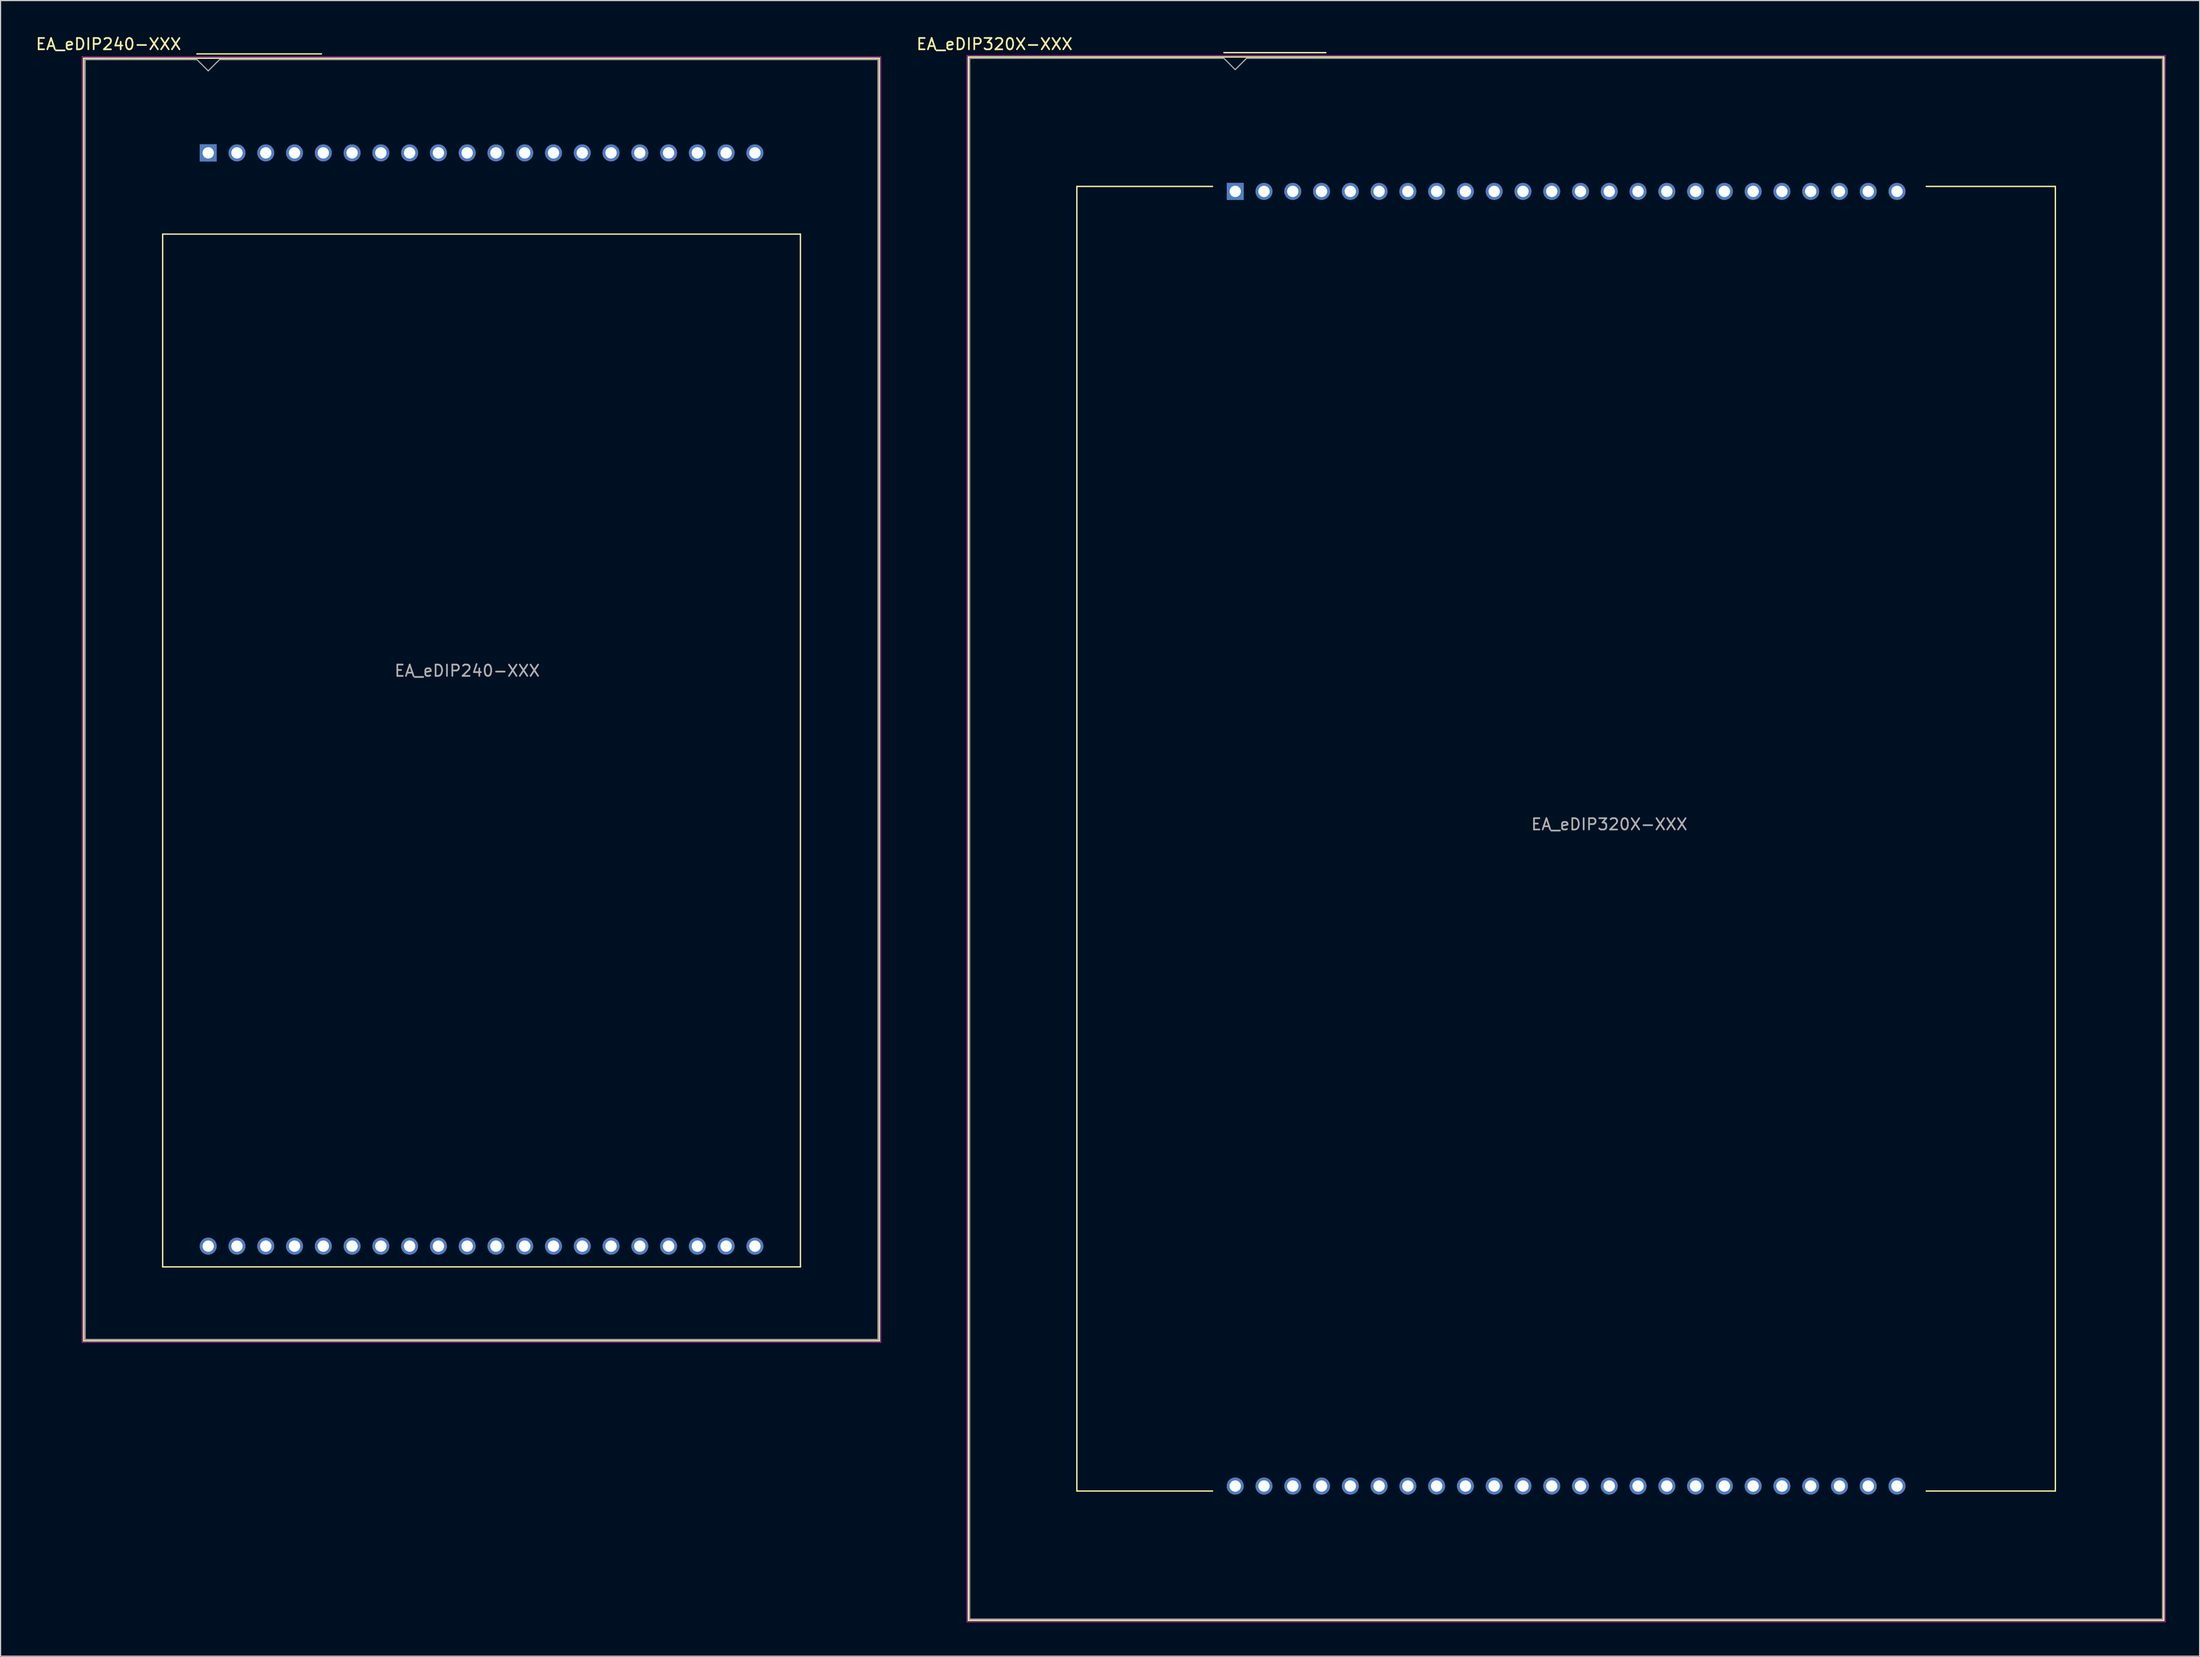
<source format=kicad_pcb>
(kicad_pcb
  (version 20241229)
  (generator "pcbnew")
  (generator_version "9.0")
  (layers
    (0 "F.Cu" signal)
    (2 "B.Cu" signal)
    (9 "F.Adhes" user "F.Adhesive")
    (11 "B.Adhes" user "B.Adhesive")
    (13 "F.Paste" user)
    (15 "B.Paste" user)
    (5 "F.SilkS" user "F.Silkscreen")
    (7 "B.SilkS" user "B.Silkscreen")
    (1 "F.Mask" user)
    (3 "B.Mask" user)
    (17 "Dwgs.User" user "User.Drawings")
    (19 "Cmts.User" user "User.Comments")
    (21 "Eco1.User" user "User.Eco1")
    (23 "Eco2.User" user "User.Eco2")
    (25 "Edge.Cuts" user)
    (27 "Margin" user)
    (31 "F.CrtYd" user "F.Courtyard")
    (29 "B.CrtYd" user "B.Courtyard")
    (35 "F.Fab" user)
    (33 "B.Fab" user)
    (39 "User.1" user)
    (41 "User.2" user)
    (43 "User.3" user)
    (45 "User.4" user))
  (footprint "EA_eDIP320X-XXX"
    (layer "F.Cu")
    (at 105.991 13.848)
    (property "Reference" "EA_eDIP320X-XXX" (at -21.25 -13 0) (layer "F.SilkS") (effects (font (size 1 1) (thickness 0.15))))
    (attr through_hole)
    (fp_line (start -23.56 -11.87) (end 81.98 -11.87) (stroke (width 0.12) (type solid)) (layer "F.SilkS"))
    (fp_line (start -23.56 126.17) (end -23.56 -11.87) (stroke (width 0.12) (type solid)) (layer "F.SilkS"))
    (fp_line (start -13.98 -0.44) (end -2 -0.44) (stroke (width 0.12) (type solid)) (layer "F.SilkS"))
    (fp_line (start -13.98 114.74) (end -13.98 -0.44) (stroke (width 0.12) (type solid)) (layer "F.SilkS"))
    (fp_line (start -13.98 114.74) (end -2 114.74) (stroke (width 0.12) (type solid)) (layer "F.SilkS"))
    (fp_line (start -1 -12.25) (end 8 -12.25) (stroke (width 0.12) (type solid)) (layer "F.SilkS"))
    (fp_line (start 61 -0.44) (end 72.4 -0.44) (stroke (width 0.12) (type solid)) (layer "F.SilkS"))
    (fp_line (start 72.4 -0.44) (end 72.4 114.74) (stroke (width 0.12) (type solid)) (layer "F.SilkS"))
    (fp_line (start 72.4 114.74) (end 61 114.74) (stroke (width 0.12) (type solid)) (layer "F.SilkS"))
    (fp_line (start 81.98 -11.87) (end 81.98 126.17) (stroke (width 0.12) (type solid)) (layer "F.SilkS"))
    (fp_line (start 81.98 126.17) (end -23.56 126.17) (stroke (width 0.12) (type solid)) (layer "F.SilkS"))
    (fp_line (start -23.69 -12) (end 82.11 -12) (stroke (width 0.05) (type solid)) (layer "F.CrtYd"))
    (fp_line (start -23.69 126.3) (end -23.69 -12) (stroke (width 0.05) (type solid)) (layer "F.CrtYd"))
    (fp_line (start 82.11 -12) (end 82.11 126.3) (stroke (width 0.05) (type solid)) (layer "F.CrtYd"))
    (fp_line (start 82.11 126.3) (end -23.69 126.3) (stroke (width 0.05) (type solid)) (layer "F.CrtYd"))
    (fp_line (start -23.44 126.05) (end -23.44 -11.75) (stroke (width 0.1) (type solid)) (layer "F.Fab"))
    (fp_line (start -1 -11.75) (end -23.44 -11.75) (stroke (width 0.1) (type solid)) (layer "F.Fab"))
    (fp_line (start 0 -10.75) (end -1 -11.75) (stroke (width 0.1) (type solid)) (layer "F.Fab"))
    (fp_line (start 1 -11.75) (end 0 -10.75) (stroke (width 0.1) (type solid)) (layer "F.Fab"))
    (fp_line (start 1 -11.75) (end 81.86 -11.75) (stroke (width 0.1) (type solid)) (layer "F.Fab"))
    (fp_line (start 81.86 -11.75) (end 81.86 126.05) (stroke (width 0.1) (type solid)) (layer "F.Fab"))
    (fp_line (start 81.86 126.05) (end -23.44 126.05) (stroke (width 0.1) (type solid)) (layer "F.Fab"))
    (fp_text user "${REFERENCE}" (at 33.02 55.88 0) (layer "F.Fab") (effects (font (size 1 1) (thickness 0.15))))
    (pad "1" thru_hole rect (at 0 0) (size 1.5 1.5) (drill 1) (layers "*.Cu" "*.Mask"))
    (pad "2" thru_hole circle (at 2.54 0) (size 1.5 1.5) (drill 1) (layers "*.Cu" "*.Mask"))
    (pad "3" thru_hole circle (at 5.08 0) (size 1.5 1.5) (drill 1) (layers "*.Cu" "*.Mask"))
    (pad "4" thru_hole circle (at 7.62 0) (size 1.5 1.5) (drill 1) (layers "*.Cu" "*.Mask"))
    (pad "5" thru_hole circle (at 10.16 0) (size 1.5 1.5) (drill 1) (layers "*.Cu" "*.Mask"))
    (pad "6" thru_hole circle (at 12.7 0) (size 1.5 1.5) (drill 1) (layers "*.Cu" "*.Mask"))
    (pad "7" thru_hole circle (at 15.24 0) (size 1.5 1.5) (drill 1) (layers "*.Cu" "*.Mask"))
    (pad "8" thru_hole circle (at 17.78 0) (size 1.5 1.5) (drill 1) (layers "*.Cu" "*.Mask"))
    (pad "9" thru_hole circle (at 20.32 0) (size 1.5 1.5) (drill 1) (layers "*.Cu" "*.Mask"))
    (pad "10" thru_hole circle (at 22.86 0) (size 1.5 1.5) (drill 1) (layers "*.Cu" "*.Mask"))
    (pad "11" thru_hole circle (at 25.4 0) (size 1.5 1.5) (drill 1) (layers "*.Cu" "*.Mask"))
    (pad "12" thru_hole circle (at 27.94 0) (size 1.5 1.5) (drill 1) (layers "*.Cu" "*.Mask"))
    (pad "13" thru_hole circle (at 30.48 0) (size 1.5 1.5) (drill 1) (layers "*.Cu" "*.Mask"))
    (pad "14" thru_hole circle (at 33.02 0) (size 1.5 1.5) (drill 1) (layers "*.Cu" "*.Mask"))
    (pad "15" thru_hole circle (at 35.56 0) (size 1.5 1.5) (drill 1) (layers "*.Cu" "*.Mask"))
    (pad "16" thru_hole circle (at 38.1 0) (size 1.5 1.5) (drill 1) (layers "*.Cu" "*.Mask"))
    (pad "17" thru_hole circle (at 40.64 0) (size 1.5 1.5) (drill 1) (layers "*.Cu" "*.Mask"))
    (pad "18" thru_hole circle (at 43.18 0) (size 1.5 1.5) (drill 1) (layers "*.Cu" "*.Mask"))
    (pad "19" thru_hole circle (at 45.72 0) (size 1.5 1.5) (drill 1) (layers "*.Cu" "*.Mask"))
    (pad "20" thru_hole circle (at 48.26 0) (size 1.5 1.5) (drill 1) (layers "*.Cu" "*.Mask"))
    (pad "21" thru_hole circle (at 50.8 0) (size 1.5 1.5) (drill 1) (layers "*.Cu" "*.Mask"))
    (pad "22" thru_hole circle (at 53.34 0) (size 1.5 1.5) (drill 1) (layers "*.Cu" "*.Mask"))
    (pad "23" thru_hole circle (at 55.88 0) (size 1.5 1.5) (drill 1) (layers "*.Cu" "*.Mask"))
    (pad "24" thru_hole circle (at 58.42 0) (size 1.5 1.5) (drill 1) (layers "*.Cu" "*.Mask"))
    (pad "25" thru_hole circle (at 58.42 114.3) (size 1.5 1.5) (drill 1) (layers "*.Cu" "*.Mask"))
    (pad "26" thru_hole circle (at 55.88 114.3) (size 1.5 1.5) (drill 1) (layers "*.Cu" "*.Mask"))
    (pad "27" thru_hole circle (at 53.34 114.3) (size 1.5 1.5) (drill 1) (layers "*.Cu" "*.Mask"))
    (pad "28" thru_hole circle (at 50.8 114.3) (size 1.5 1.5) (drill 1) (layers "*.Cu" "*.Mask"))
    (pad "29" thru_hole circle (at 48.26 114.3) (size 1.5 1.5) (drill 1) (layers "*.Cu" "*.Mask"))
    (pad "30" thru_hole circle (at 45.72 114.3) (size 1.5 1.5) (drill 1) (layers "*.Cu" "*.Mask"))
    (pad "31" thru_hole circle (at 43.18 114.3) (size 1.5 1.5) (drill 1) (layers "*.Cu" "*.Mask"))
    (pad "32" thru_hole circle (at 40.64 114.3) (size 1.5 1.5) (drill 1) (layers "*.Cu" "*.Mask"))
    (pad "33" thru_hole circle (at 38.1 114.3) (size 1.5 1.5) (drill 1) (layers "*.Cu" "*.Mask"))
    (pad "34" thru_hole circle (at 35.56 114.3) (size 1.5 1.5) (drill 1) (layers "*.Cu" "*.Mask"))
    (pad "35" thru_hole circle (at 33.02 114.3) (size 1.5 1.5) (drill 1) (layers "*.Cu" "*.Mask"))
    (pad "36" thru_hole circle (at 30.48 114.3) (size 1.5 1.5) (drill 1) (layers "*.Cu" "*.Mask"))
    (pad "37" thru_hole circle (at 27.94 114.3) (size 1.5 1.5) (drill 1) (layers "*.Cu" "*.Mask"))
    (pad "38" thru_hole circle (at 25.4 114.3) (size 1.5 1.5) (drill 1) (layers "*.Cu" "*.Mask"))
    (pad "39" thru_hole circle (at 22.86 114.3) (size 1.5 1.5) (drill 1) (layers "*.Cu" "*.Mask"))
    (pad "40" thru_hole circle (at 20.32 114.3) (size 1.5 1.5) (drill 1) (layers "*.Cu" "*.Mask"))
    (pad "41" thru_hole circle (at 17.78 114.3) (size 1.5 1.5) (drill 1) (layers "*.Cu" "*.Mask"))
    (pad "42" thru_hole circle (at 15.24 114.3) (size 1.5 1.5) (drill 1) (layers "*.Cu" "*.Mask"))
    (pad "43" thru_hole circle (at 12.7 114.3) (size 1.5 1.5) (drill 1) (layers "*.Cu" "*.Mask"))
    (pad "44" thru_hole circle (at 10.16 114.3) (size 1.5 1.5) (drill 1) (layers "*.Cu" "*.Mask"))
    (pad "45" thru_hole circle (at 7.62 114.3) (size 1.5 1.5) (drill 1) (layers "*.Cu" "*.Mask"))
    (pad "46" thru_hole circle (at 5.08 114.3) (size 1.5 1.5) (drill 1) (layers "*.Cu" "*.Mask"))
    (pad "47" thru_hole circle (at 2.54 114.3) (size 1.5 1.5) (drill 1) (layers "*.Cu" "*.Mask"))
    (pad "48" thru_hole circle (at 0 114.3) (size 1.5 1.5) (drill 1) (layers "*.Cu" "*.Mask")))
  (footprint "EA_eDIP240-XXX"
    (layer "F.Cu")
    (at 15.33 10.448)
    (property "Reference" "EA_eDIP240-XXX" (at -8.8 -9.6 0) (layer "F.SilkS") (effects (font (size 1 1) (thickness 0.15))))
    (attr through_hole)
    (fp_line (start -11 -8.36) (end 59.25 -8.36) (stroke (width 0.12) (type solid)) (layer "F.SilkS"))
    (fp_line (start -11 104.88) (end -11 -8.36) (stroke (width 0.12) (type solid)) (layer "F.SilkS"))
    (fp_line (start -4.02 7.17) (end 52.28 7.17) (stroke (width 0.12) (type solid)) (layer "F.SilkS"))
    (fp_line (start -4.02 98.35) (end -4.02 7.17) (stroke (width 0.12) (type solid)) (layer "F.SilkS"))
    (fp_line (start -1 -8.74) (end 10 -8.74) (stroke (width 0.12) (type solid)) (layer "F.SilkS"))
    (fp_line (start 52.28 7.17) (end 52.28 98.35) (stroke (width 0.12) (type solid)) (layer "F.SilkS"))
    (fp_line (start 52.28 98.35) (end -4.02 98.35) (stroke (width 0.12) (type solid)) (layer "F.SilkS"))
    (fp_line (start 59.25 -8.36) (end 59.25 104.88) (stroke (width 0.12) (type solid)) (layer "F.SilkS"))
    (fp_line (start 59.25 104.88) (end -11 104.88) (stroke (width 0.12) (type solid)) (layer "F.SilkS"))
    (fp_line (start -11.13 -8.49) (end 59.38 -8.49) (stroke (width 0.05) (type solid)) (layer "F.CrtYd"))
    (fp_line (start -11.13 105.01) (end -11.13 -8.49) (stroke (width 0.05) (type solid)) (layer "F.CrtYd"))
    (fp_line (start 59.38 -8.49) (end 59.38 105.01) (stroke (width 0.05) (type solid)) (layer "F.CrtYd"))
    (fp_line (start 59.38 105.01) (end -11.13 105.01) (stroke (width 0.05) (type solid)) (layer "F.CrtYd"))
    (fp_line (start -10.87 104.76) (end -10.87 -8.24) (stroke (width 0.1) (type solid)) (layer "F.Fab"))
    (fp_line (start -1 -8.24) (end -10.87 -8.24) (stroke (width 0.1) (type solid)) (layer "F.Fab"))
    (fp_line (start 0 -7.24) (end -1 -8.24) (stroke (width 0.1) (type solid)) (layer "F.Fab"))
    (fp_line (start 1 -8.24) (end 0 -7.24) (stroke (width 0.1) (type solid)) (layer "F.Fab"))
    (fp_line (start 1 -8.24) (end 59.13 -8.24) (stroke (width 0.1) (type solid)) (layer "F.Fab"))
    (fp_line (start 59.13 -8.24) (end 59.13 104.76) (stroke (width 0.1) (type solid)) (layer "F.Fab"))
    (fp_line (start 59.13 104.76) (end -10.87 104.76) (stroke (width 0.1) (type solid)) (layer "F.Fab"))
    (fp_text user "${REFERENCE}" (at 22.86 45.72 0) (layer "F.Fab") (effects (font (size 1 1) (thickness 0.15))))
    (pad "1" thru_hole rect (at 0 0 180) (size 1.5 1.524) (drill 1) (layers "*.Cu" "*.Mask"))
    (pad "2" thru_hole circle (at 2.54 0 180) (size 1.5 1.5) (drill 1) (layers "*.Cu" "*.Mask"))
    (pad "3" thru_hole circle (at 5.08 0 180) (size 1.5 1.5) (drill 1) (layers "*.Cu" "*.Mask"))
    (pad "4" thru_hole circle (at 7.62 0 180) (size 1.5 1.5) (drill 1) (layers "*.Cu" "*.Mask"))
    (pad "5" thru_hole circle (at 10.16 0 180) (size 1.5 1.5) (drill 1) (layers "*.Cu" "*.Mask"))
    (pad "6" thru_hole circle (at 12.7 0 180) (size 1.5 1.5) (drill 1) (layers "*.Cu" "*.Mask"))
    (pad "7" thru_hole circle (at 15.24 0 180) (size 1.5 1.5) (drill 1) (layers "*.Cu" "*.Mask"))
    (pad "8" thru_hole circle (at 17.78 0 180) (size 1.5 1.5) (drill 1) (layers "*.Cu" "*.Mask"))
    (pad "9" thru_hole circle (at 20.32 0 180) (size 1.5 1.5) (drill 1) (layers "*.Cu" "*.Mask"))
    (pad "10" thru_hole circle (at 22.86 0 180) (size 1.5 1.5) (drill 1) (layers "*.Cu" "*.Mask"))
    (pad "11" thru_hole circle (at 25.4 0 180) (size 1.5 1.5) (drill 1) (layers "*.Cu" "*.Mask"))
    (pad "12" thru_hole circle (at 27.94 0 180) (size 1.5 1.5) (drill 1) (layers "*.Cu" "*.Mask"))
    (pad "13" thru_hole circle (at 30.48 0 180) (size 1.5 1.5) (drill 1) (layers "*.Cu" "*.Mask"))
    (pad "14" thru_hole circle (at 33.02 0 180) (size 1.5 1.5) (drill 1) (layers "*.Cu" "*.Mask"))
    (pad "15" thru_hole circle (at 35.56 0 180) (size 1.5 1.5) (drill 1) (layers "*.Cu" "*.Mask"))
    (pad "16" thru_hole circle (at 38.1 0 180) (size 1.5 1.5) (drill 1) (layers "*.Cu" "*.Mask"))
    (pad "17" thru_hole circle (at 40.64 0 180) (size 1.5 1.5) (drill 1) (layers "*.Cu" "*.Mask"))
    (pad "18" thru_hole circle (at 43.18 0 180) (size 1.5 1.5) (drill 1) (layers "*.Cu" "*.Mask"))
    (pad "19" thru_hole circle (at 45.72 0 180) (size 1.5 1.5) (drill 1) (layers "*.Cu" "*.Mask"))
    (pad "20" thru_hole circle (at 48.26 0 180) (size 1.5 1.5) (drill 1) (layers "*.Cu" "*.Mask"))
    (pad "21" thru_hole circle (at 48.26 96.52 180) (size 1.5 1.5) (drill 1) (layers "*.Cu" "*.Mask"))
    (pad "22" thru_hole circle (at 45.72 96.52 180) (size 1.5 1.5) (drill 1) (layers "*.Cu" "*.Mask"))
    (pad "23" thru_hole circle (at 43.18 96.52 180) (size 1.5 1.5) (drill 1) (layers "*.Cu" "*.Mask"))
    (pad "24" thru_hole circle (at 40.64 96.52 180) (size 1.5 1.5) (drill 1) (layers "*.Cu" "*.Mask"))
    (pad "25" thru_hole circle (at 38.1 96.52 180) (size 1.5 1.5) (drill 1) (layers "*.Cu" "*.Mask"))
    (pad "26" thru_hole circle (at 35.56 96.52 180) (size 1.5 1.5) (drill 1) (layers "*.Cu" "*.Mask"))
    (pad "27" thru_hole circle (at 33.02 96.52 180) (size 1.5 1.5) (drill 1) (layers "*.Cu" "*.Mask"))
    (pad "28" thru_hole circle (at 30.48 96.52 180) (size 1.5 1.5) (drill 1) (layers "*.Cu" "*.Mask"))
    (pad "29" thru_hole circle (at 27.94 96.52 180) (size 1.5 1.5) (drill 1) (layers "*.Cu" "*.Mask"))
    (pad "30" thru_hole circle (at 25.4 96.52 180) (size 1.5 1.5) (drill 1) (layers "*.Cu" "*.Mask"))
    (pad "31" thru_hole circle (at 22.86 96.52 180) (size 1.5 1.5) (drill 1) (layers "*.Cu" "*.Mask"))
    (pad "32" thru_hole circle (at 20.32 96.52 180) (size 1.5 1.5) (drill 1) (layers "*.Cu" "*.Mask"))
    (pad "33" thru_hole circle (at 17.78 96.52 180) (size 1.5 1.5) (drill 1) (layers "*.Cu" "*.Mask"))
    (pad "34" thru_hole circle (at 15.24 96.52 180) (size 1.5 1.5) (drill 1) (layers "*.Cu" "*.Mask"))
    (pad "35" thru_hole circle (at 12.7 96.52 180) (size 1.5 1.5) (drill 1) (layers "*.Cu" "*.Mask"))
    (pad "36" thru_hole circle (at 10.16 96.52 180) (size 1.5 1.5) (drill 1) (layers "*.Cu" "*.Mask"))
    (pad "37" thru_hole circle (at 7.62 96.52 180) (size 1.5 1.5) (drill 1) (layers "*.Cu" "*.Mask"))
    (pad "38" thru_hole circle (at 5.08 96.52 180) (size 1.5 1.5) (drill 1) (layers "*.Cu" "*.Mask"))
    (pad "39" thru_hole circle (at 2.54 96.52 180) (size 1.5 1.5) (drill 1) (layers "*.Cu" "*.Mask"))
    (pad "40" thru_hole circle (at 0 96.52 180) (size 1.5 1.5) (drill 1) (layers "*.Cu" "*.Mask")))
  (gr_rect
    (start -3 -3)
    (end 191.126 143.173)
    (stroke (width 0.1) (type default))
    (fill no)
    (layer "Edge.Cuts")))
</source>
